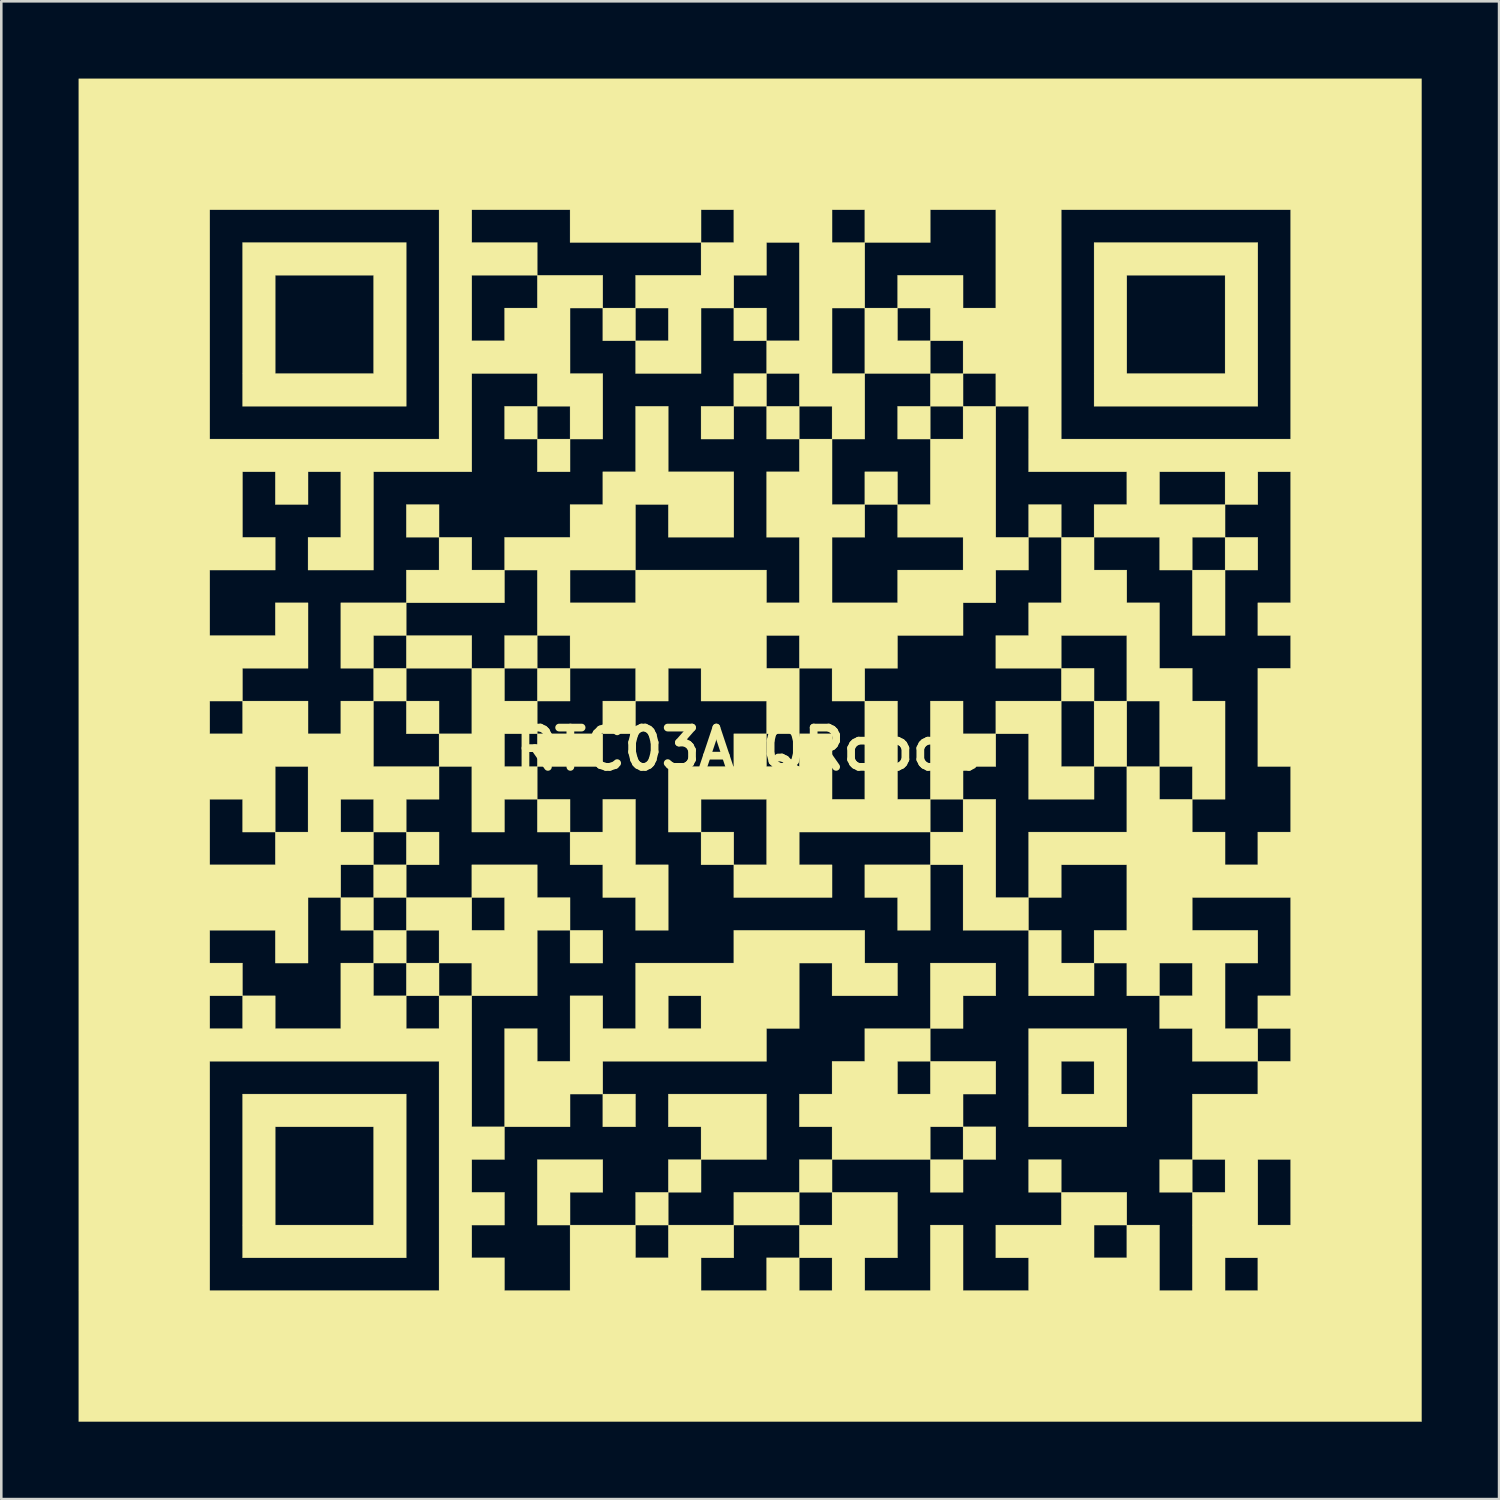
<source format=kicad_pcb>
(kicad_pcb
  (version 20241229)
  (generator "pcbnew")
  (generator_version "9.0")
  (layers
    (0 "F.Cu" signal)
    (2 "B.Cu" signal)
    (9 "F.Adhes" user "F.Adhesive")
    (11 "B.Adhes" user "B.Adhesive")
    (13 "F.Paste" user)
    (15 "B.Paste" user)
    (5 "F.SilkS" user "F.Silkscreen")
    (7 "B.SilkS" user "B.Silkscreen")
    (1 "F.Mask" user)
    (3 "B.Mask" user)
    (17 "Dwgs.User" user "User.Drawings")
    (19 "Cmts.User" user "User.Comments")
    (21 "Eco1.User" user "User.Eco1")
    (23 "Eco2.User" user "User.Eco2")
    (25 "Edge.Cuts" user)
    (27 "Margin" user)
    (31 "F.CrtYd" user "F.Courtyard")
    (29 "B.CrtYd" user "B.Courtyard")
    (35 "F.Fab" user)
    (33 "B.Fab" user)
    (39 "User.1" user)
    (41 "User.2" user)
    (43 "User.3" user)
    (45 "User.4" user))
  (footprint "RTC03A_QRcode"
    (layer "F.Cu")
    (at 25.998 25.998)
    (property "Reference" "RTC03A_QRcode" (at 0 0 0) (layer "F.SilkS") (effects (font (size 1.524 1.524) (thickness 0.3))))
    (attr through_hole)
    (fp_poly (pts (xy -13.293 -8.213) (xy -13.293 -9.483) (xy -12.023 -9.483) (xy -12.023 -8.213) (xy -13.293 -8.213)) (stroke (width 0.01) (type solid)) (fill yes) (layer "F.SilkS"))
    (fp_poly (pts (xy -13.293 3.217) (xy -12.023 3.217) (xy -12.023 4.487) (xy -13.293 4.487) (xy -13.293 3.217)) (stroke (width 0.01) (type solid)) (fill yes) (layer "F.SilkS"))
    (fp_poly (pts (xy -10.753 -3.133) (xy -13.293 -3.133) (xy -13.293 -4.403) (xy -10.753 -4.403) (xy -10.753 -3.133)) (stroke (width 0.01) (type solid)) (fill yes) (layer "F.SilkS"))
    (fp_poly (pts (xy -9.483 -12.023) (xy -9.483 -13.293) (xy -8.213 -13.293) (xy -8.213 -12.023) (xy -9.483 -12.023)) (stroke (width 0.01) (type solid)) (fill yes) (layer "F.SilkS"))
    (fp_poly (pts (xy -9.483 -3.133) (xy -9.483 -4.403) (xy -8.213 -4.403) (xy -8.213 -3.133) (xy -9.483 -3.133)) (stroke (width 0.01) (type solid)) (fill yes) (layer "F.SilkS"))
    (fp_poly (pts (xy -8.213 3.217) (xy -8.213 1.947) (xy -6.943 1.947) (xy -6.943 3.217) (xy -8.213 3.217)) (stroke (width 0.01) (type solid)) (fill yes) (layer "F.SilkS"))
    (fp_poly (pts (xy -6.943 -12.023) (xy -6.943 -10.753) (xy -8.213 -10.753) (xy -8.213 -12.023) (xy -6.943 -12.023)) (stroke (width 0.01) (type solid)) (fill yes) (layer "F.SilkS"))
    (fp_poly (pts (xy -6.943 -3.133) (xy -6.943 -1.863) (xy -8.213 -1.863) (xy -8.213 -3.133) (xy -6.943 -3.133)) (stroke (width 0.01) (type solid)) (fill yes) (layer "F.SilkS"))
    (fp_poly (pts (xy -5.673 8.297) (xy -6.943 8.297) (xy -6.943 7.027) (xy -5.673 7.027) (xy -5.673 8.297)) (stroke (width 0.01) (type solid)) (fill yes) (layer "F.SilkS"))
    (fp_poly (pts (xy -4.403 -15.833) (xy -5.673 -15.833) (xy -5.673 -17.103) (xy -4.403 -17.103) (xy -4.403 -15.833)) (stroke (width 0.01) (type solid)) (fill yes) (layer "F.SilkS"))
    (fp_poly (pts (xy -4.403 14.647) (xy -5.673 14.647) (xy -5.673 13.377) (xy -4.403 13.377) (xy -4.403 14.647)) (stroke (width 0.01) (type solid)) (fill yes) (layer "F.SilkS"))
    (fp_poly (pts (xy -3.133 15.917) (xy -1.863 15.917) (xy -1.863 17.187) (xy -3.133 17.187) (xy -3.133 15.917)) (stroke (width 0.01) (type solid)) (fill yes) (layer "F.SilkS"))
    (fp_poly (pts (xy -3.133 18.457) (xy -4.403 18.457) (xy -4.403 17.187) (xy -3.133 17.187) (xy -3.133 18.457)) (stroke (width 0.01) (type solid)) (fill yes) (layer "F.SilkS"))
    (fp_poly (pts (xy -0.593 -14.563) (xy 0.677 -14.563) (xy 0.677 -13.293) (xy -0.593 -13.293) (xy -0.593 -14.563)) (stroke (width 0.01) (type solid)) (fill yes) (layer "F.SilkS"))
    (fp_poly (pts (xy -0.593 -12.023) (xy -1.863 -12.023) (xy -1.863 -13.293) (xy -0.593 -13.293) (xy -0.593 -12.023)) (stroke (width 0.01) (type solid)) (fill yes) (layer "F.SilkS"))
    (fp_poly (pts (xy 0.677 -15.833) (xy -0.593 -15.833) (xy -0.593 -17.103) (xy 0.677 -17.103) (xy 0.677 -15.833)) (stroke (width 0.01) (type solid)) (fill yes) (layer "F.SilkS"))
    (fp_poly (pts (xy 0.677 -12.023) (xy 0.677 -13.293) (xy 1.947 -13.293) (xy 1.947 -12.023) (xy 0.677 -12.023)) (stroke (width 0.01) (type solid)) (fill yes) (layer "F.SilkS"))
    (fp_poly (pts (xy 1.947 15.917) (xy 3.217 15.917) (xy 3.217 17.187) (xy 1.947 17.187) (xy 1.947 15.917)) (stroke (width 0.01) (type solid)) (fill yes) (layer "F.SilkS"))
    (fp_poly (pts (xy 1.947 18.457) (xy -0.593 18.457) (xy -0.593 17.187) (xy 1.947 17.187) (xy 1.947 18.457)) (stroke (width 0.01) (type solid)) (fill yes) (layer "F.SilkS"))
    (fp_poly (pts (xy 5.757 -12.023) (xy 5.757 -13.293) (xy 7.027 -13.293) (xy 7.027 -12.023) (xy 5.757 -12.023)) (stroke (width 0.01) (type solid)) (fill yes) (layer "F.SilkS"))
    (fp_poly (pts (xy 7.027 -14.563) (xy 8.297 -14.563) (xy 8.297 -13.293) (xy 7.027 -13.293) (xy 7.027 -14.563)) (stroke (width 0.01) (type solid)) (fill yes) (layer "F.SilkS"))
    (fp_poly (pts (xy 8.297 14.647) (xy 9.567 14.647) (xy 9.567 15.917) (xy 8.297 15.917) (xy 8.297 14.647)) (stroke (width 0.01) (type solid)) (fill yes) (layer "F.SilkS"))
    (fp_poly (pts (xy 8.297 17.187) (xy 7.027 17.187) (xy 7.027 15.917) (xy 8.297 15.917) (xy 8.297 17.187)) (stroke (width 0.01) (type solid)) (fill yes) (layer "F.SilkS"))
    (fp_poly (pts (xy 10.837 -9.483) (xy 12.107 -9.483) (xy 12.107 -8.213) (xy 10.837 -8.213) (xy 10.837 -9.483)) (stroke (width 0.01) (type solid)) (fill yes) (layer "F.SilkS"))
    (fp_poly (pts (xy 12.107 17.187) (xy 10.837 17.187) (xy 10.837 15.917) (xy 12.107 15.917) (xy 12.107 17.187)) (stroke (width 0.01) (type solid)) (fill yes) (layer "F.SilkS"))
    (fp_poly (pts (xy 13.377 -1.863) (xy 12.107 -1.863) (xy 12.107 -3.133) (xy 13.377 -3.133) (xy 13.377 -1.863)) (stroke (width 0.01) (type solid)) (fill yes) (layer "F.SilkS"))
    (fp_poly (pts (xy 14.647 0.677) (xy 13.377 0.677) (xy 13.377 -1.863) (xy 14.647 -1.863) (xy 14.647 0.677)) (stroke (width 0.01) (type solid)) (fill yes) (layer "F.SilkS"))
    (fp_poly (pts (xy 17.187 17.187) (xy 15.917 17.187) (xy 15.917 15.917) (xy 17.187 15.917) (xy 17.187 17.187)) (stroke (width 0.01) (type solid)) (fill yes) (layer "F.SilkS"))
    (fp_poly (pts (xy 18.457 -8.213) (xy 19.727 -8.213) (xy 19.727 -6.943) (xy 18.457 -6.943) (xy 18.457 -8.213)) (stroke (width 0.01) (type solid)) (fill yes) (layer "F.SilkS"))
    (fp_poly (pts (xy 18.457 -4.403) (xy 17.187 -4.403) (xy 17.187 -6.943) (xy 18.457 -6.943) (xy 18.457 -4.403)) (stroke (width 0.01) (type solid)) (fill yes) (layer "F.SilkS"))
    (fp_poly (pts (xy -5.673 17.187) (xy -6.943 17.187) (xy -6.943 18.457) (xy -8.213 18.457) (xy -8.213 15.917) (xy -5.673 15.917) (xy -5.673 17.187)) (stroke (width 0.01) (type solid)) (fill yes) (layer "F.SilkS"))
    (fp_poly (pts (xy -1.863 14.647) (xy -3.133 14.647) (xy -3.133 13.377) (xy 0.677 13.377) (xy 0.677 15.917) (xy -1.863 15.917) (xy -1.863 14.647)) (stroke (width 0.01) (type solid)) (fill yes) (layer "F.SilkS"))
    (fp_poly (pts (xy 4.487 -14.563) (xy 4.487 -17.103) (xy 5.757 -17.103) (xy 5.757 -15.833) (xy 7.027 -15.833) (xy 7.027 -14.563) (xy 4.487 -14.563)) (stroke (width 0.01) (type solid)) (fill yes) (layer "F.SilkS"))
    (fp_poly (pts (xy 7.027 7.027) (xy 5.757 7.027) (xy 5.757 5.757) (xy 4.487 5.757) (xy 4.487 4.487) (xy 7.027 4.487) (xy 7.027 7.027)) (stroke (width 0.01) (type solid)) (fill yes) (layer "F.SilkS"))
    (fp_poly (pts (xy 7.027 8.297) (xy 9.567 8.297) (xy 9.567 9.567) (xy 8.297 9.567) (xy 8.297 10.837) (xy 7.027 10.837) (xy 7.027 8.297)) (stroke (width 0.01) (type solid)) (fill yes) (layer "F.SilkS"))
    (fp_poly (pts (xy 12.107 7.027) (xy 12.107 8.297) (xy 13.377 8.297) (xy 13.377 9.567) (xy 10.837 9.567) (xy 10.837 7.027) (xy 12.107 7.027)) (stroke (width 0.01) (type solid)) (fill yes) (layer "F.SilkS"))
    (fp_poly (pts (xy 9.567 0.677) (xy 8.297 0.677) (xy 8.297 1.947) (xy 7.027 1.947) (xy 7.027 -1.863) (xy 8.297 -1.863) (xy 8.297 -0.593) (xy 9.567 -0.593) (xy 9.567 0.677)) (stroke (width 0.01) (type solid)) (fill yes) (layer "F.SilkS"))
    (fp_poly (pts (xy 13.377 1.947) (xy 10.837 1.947) (xy 10.837 -0.593) (xy 9.567 -0.593) (xy 9.567 -1.863) (xy 12.107 -1.863) (xy 12.107 0.677) (xy 13.377 0.677) (xy 13.377 1.947)) (stroke (width 0.01) (type solid)) (fill yes) (layer "F.SilkS"))
    (fp_poly (pts (xy 9.567 1.947) (xy 9.567 5.757) (xy 10.837 5.757) (xy 10.837 7.027) (xy 8.297 7.027) (xy 8.297 4.487) (xy 7.027 4.487) (xy 7.027 3.217) (xy 8.297 3.217) (xy 8.297 1.947) (xy 9.567 1.947)) (stroke (width 0.01) (type solid)) (fill yes) (layer "F.SilkS"))
    (fp_poly (pts (xy -13.293 -13.293) (xy -19.643 -13.293) (xy -19.643 -18.373) (xy -18.373 -18.373) (xy -18.373 -14.563) (xy -14.563 -14.563) (xy -14.563 -18.373) (xy -18.373 -18.373) (xy -19.643 -18.373) (xy -19.643 -19.643) (xy -13.293 -19.643) (xy -13.293 -13.293)) (stroke (width 0.01) (type solid)) (fill yes) (layer "F.SilkS"))
    (fp_poly (pts (xy -13.293 19.727) (xy -19.643 19.727) (xy -19.643 14.647) (xy -18.373 14.647) (xy -18.373 18.457) (xy -14.563 18.457) (xy -14.563 14.647) (xy -18.373 14.647) (xy -19.643 14.647) (xy -19.643 13.377) (xy -13.293 13.377) (xy -13.293 19.727)) (stroke (width 0.01) (type solid)) (fill yes) (layer "F.SilkS"))
    (fp_poly (pts (xy 14.647 14.647) (xy 10.837 14.647) (xy 10.837 12.107) (xy 12.107 12.107) (xy 12.107 13.377) (xy 13.377 13.377) (xy 13.377 12.107) (xy 12.107 12.107) (xy 10.837 12.107) (xy 10.837 10.837) (xy 14.647 10.837) (xy 14.647 14.647)) (stroke (width 0.01) (type solid)) (fill yes) (layer "F.SilkS"))
    (fp_poly (pts (xy 19.727 -13.293) (xy 13.377 -13.293) (xy 13.377 -18.373) (xy 14.647 -18.373) (xy 14.647 -14.563) (xy 18.457 -14.563) (xy 18.457 -18.373) (xy 14.647 -18.373) (xy 13.377 -18.373) (xy 13.377 -19.643) (xy 19.727 -19.643) (xy 19.727 -13.293)) (stroke (width 0.01) (type solid)) (fill yes) (layer "F.SilkS"))
    (fp_poly (pts (xy -5.673 3.217) (xy -5.673 1.947) (xy -4.403 1.947) (xy -4.403 4.487) (xy -3.133 4.487) (xy -3.133 7.027) (xy -4.403 7.027) (xy -4.403 5.757) (xy -5.673 5.757) (xy -5.673 4.487) (xy -6.943 4.487) (xy -6.943 3.217) (xy -5.673 3.217)) (stroke (width 0.01) (type solid)) (fill yes) (layer "F.SilkS"))
    (fp_poly (pts (xy 9.567 12.107) (xy 9.567 13.377) (xy 8.297 13.377) (xy 8.297 14.647) (xy 7.027 14.647) (xy 7.027 15.917) (xy 3.217 15.917) (xy 3.217 14.647) (xy 1.947 14.647) (xy 1.947 13.377) (xy 3.217 13.377) (xy 3.217 12.107) (xy 4.487 12.107) (xy 5.757 12.107) (xy 5.757 13.377) (xy 7.027 13.377) (xy 7.027 12.107) (xy 5.757 12.107) (xy 4.487 12.107) (xy 4.487 10.837) (xy 7.027 10.837) (xy 7.027 12.107) (xy 9.567 12.107)) (stroke (width 0.01) (type solid)) (fill yes) (layer "F.SilkS"))
    (fp_poly (pts (xy 14.647 -4.403) (xy 12.107 -4.403) (xy 12.107 -3.133) (xy 9.567 -3.133) (xy 9.567 -4.403) (xy 10.837 -4.403) (xy 10.837 -5.673) (xy 12.107 -5.673) (xy 12.107 -8.213) (xy 13.377 -8.213) (xy 13.377 -6.943) (xy 14.647 -6.943) (xy 14.647 -5.673) (xy 15.917 -5.673) (xy 15.917 -3.133) (xy 17.187 -3.133) (xy 17.187 -1.863) (xy 18.457 -1.863) (xy 18.457 1.947) (xy 17.187 1.947) (xy 17.187 0.677) (xy 15.917 0.677) (xy 15.917 -1.863) (xy 14.647 -1.863) (xy 14.647 -4.403)) (stroke (width 0.01) (type solid)) (fill yes) (layer "F.SilkS"))
    (fp_poly (pts (xy 1.947 3.217) (xy 1.947 4.487) (xy 3.217 4.487) (xy 3.217 5.757) (xy -0.593 5.757) (xy -0.593 4.487) (xy -1.863 4.487) (xy -1.863 3.217) (xy -3.133 3.217) (xy -3.133 1.947) (xy -1.863 1.947) (xy -1.863 3.217) (xy -0.593 3.217) (xy -0.593 4.487) (xy 0.677 4.487) (xy 0.677 1.947) (xy -1.863 1.947) (xy -3.133 1.947) (xy -3.133 0.677) (xy -0.593 0.677) (xy -0.593 -0.593) (xy 0.677 -0.593) (xy 0.677 0.677) (xy 1.947 0.677) (xy 1.947 -0.593) (xy 3.217 -0.593) (xy 3.217 1.947) (xy 4.487 1.947) (xy 4.487 -1.863) (xy 5.757 -1.863) (xy 5.757 1.947) (xy 7.027 1.947) (xy 7.027 3.217) (xy 1.947 3.217)) (stroke (width 0.01) (type solid)) (fill yes) (layer "F.SilkS"))
    (fp_poly (pts (xy 4.487 8.297) (xy 5.757 8.297) (xy 5.757 9.567) (xy 3.217 9.567) (xy 3.217 8.297) (xy 1.947 8.297) (xy 1.947 10.837) (xy 0.677 10.837) (xy 0.677 12.107) (xy -5.673 12.107) (xy -5.673 13.377) (xy -6.943 13.377) (xy -6.943 14.647) (xy -9.483 14.647) (xy -9.483 10.837) (xy -8.213 10.837) (xy -8.213 12.107) (xy -6.943 12.107) (xy -6.943 9.567) (xy -5.673 9.567) (xy -5.673 10.837) (xy -4.403 10.837) (xy -4.403 9.567) (xy -3.133 9.567) (xy -3.133 10.837) (xy -1.863 10.837) (xy -1.863 9.567) (xy -3.133 9.567) (xy -4.403 9.567) (xy -4.403 8.297) (xy -0.593 8.297) (xy -0.593 7.027) (xy 4.487 7.027) (xy 4.487 8.297)) (stroke (width 0.01) (type solid)) (fill yes) (layer "F.SilkS"))
    (fp_poly (pts (xy -13.293 5.757) (xy -10.753 5.757) (xy -10.753 7.027) (xy -9.483 7.027) (xy -9.483 5.757) (xy -10.753 5.757) (xy -10.753 4.487) (xy -8.213 4.487) (xy -8.213 5.757) (xy -6.943 5.757) (xy -6.943 7.027) (xy -8.213 7.027) (xy -8.213 9.567) (xy -10.753 9.567) (xy -10.753 8.297) (xy -12.023 8.297) (xy -12.023 9.567) (xy -13.293 9.567) (xy -13.293 8.297) (xy -12.023 8.297) (xy -12.023 7.027) (xy -13.293 7.027) (xy -13.293 8.297) (xy -14.563 8.297) (xy -14.563 7.027) (xy -15.833 7.027) (xy -15.833 5.757) (xy -14.563 5.757) (xy -14.563 7.027) (xy -13.293 7.027) (xy -13.293 5.757) (xy -14.563 5.757) (xy -14.563 4.487) (xy -13.293 4.487) (xy -13.293 5.757)) (stroke (width 0.01) (type solid)) (fill yes) (layer "F.SilkS"))
    (fp_poly (pts (xy 10.837 -6.943) (xy 9.567 -6.943) (xy 9.567 -5.673) (xy 8.297 -5.673) (xy 8.297 -4.403) (xy 5.757 -4.403) (xy 5.757 -3.133) (xy 4.487 -3.133) (xy 4.487 -1.863) (xy 3.217 -1.863) (xy 3.217 -3.133) (xy 1.947 -3.133) (xy 1.947 -0.593) (xy 0.677 -0.593) (xy 0.677 -1.863) (xy -1.863 -1.863) (xy -1.863 -3.133) (xy -3.133 -3.133) (xy -3.133 -1.863) (xy -4.403 -1.863) (xy -4.403 -0.593) (xy -5.673 -0.593) (xy -5.673 0.677) (xy -8.213 0.677) (xy -8.213 1.947) (xy -9.483 1.947) (xy -9.483 3.217) (xy -10.753 3.217) (xy -10.753 0.677) (xy -12.023 0.677) (xy -12.023 -0.593) (xy -13.293 -0.593) (xy -13.293 -1.863) (xy -14.563 -1.863) (xy -14.563 -3.133) (xy -15.833 -3.133) (xy -15.833 -4.403) (xy -14.563 -4.403) (xy -14.563 -3.133) (xy -13.293 -3.133) (xy -13.293 -1.863) (xy -12.023 -1.863) (xy -12.023 -0.593) (xy -10.753 -0.593) (xy -9.483 -0.593) (xy -9.483 0.677) (xy -8.213 0.677) (xy -8.213 -0.593) (xy -9.483 -0.593) (xy -10.753 -0.593) (xy -10.753 -3.133) (xy -9.483 -3.133) (xy -9.483 -1.863) (xy -8.213 -1.863) (xy -8.213 -0.593) (xy -5.673 -0.593) (xy -5.673 -1.863) (xy -4.403 -1.863) (xy -4.403 -3.133) (xy -6.943 -3.133) (xy -6.943 -4.403) (xy 0.677 -4.403) (xy 0.677 -3.133) (xy 1.947 -3.133) (xy 1.947 -4.403) (xy 0.677 -4.403) (xy -6.943 -4.403) (xy -8.213 -4.403) (xy -8.213 -6.943) (xy -6.943 -6.943) (xy -6.943 -5.673) (xy -4.403 -5.673) (xy -4.403 -6.943) (xy -6.943 -6.943) (xy -8.213 -6.943) (xy -9.483 -6.943) (xy -9.483 -5.673) (xy -13.293 -5.673) (xy -13.293 -4.403) (xy -14.563 -4.403) (xy -15.833 -4.403) (xy -15.833 -5.673) (xy -13.293 -5.673) (xy -13.293 -6.943) (xy -12.023 -6.943) (xy -12.023 -8.213) (xy -10.753 -8.213) (xy -10.753 -6.943) (xy -9.483 -6.943) (xy -9.483 -8.213) (xy -6.943 -8.213) (xy -6.943 -9.483) (xy -5.673 -9.483) (xy -5.673 -10.753) (xy -4.403 -10.753) (xy -4.403 -13.293) (xy -3.133 -13.293) (xy -3.133 -10.753) (xy -0.593 -10.753) (xy -0.593 -8.213) (xy -3.133 -8.213) (xy -3.133 -9.483) (xy -4.403 -9.483) (xy -4.403 -6.943) (xy 0.677 -6.943) (xy 0.677 -5.673) (xy 1.947 -5.673) (xy 1.947 -8.213) (xy 3.217 -8.213) (xy 3.217 -5.673) (xy 5.757 -5.673) (xy 5.757 -6.943) (xy 8.297 -6.943) (xy 8.297 -8.213) (xy 5.757 -8.213) (xy 5.757 -9.483) (xy 4.487 -9.483) (xy 4.487 -8.213) (xy 3.217 -8.213) (xy 1.947 -8.213) (xy 0.677 -8.213) (xy 0.677 -10.753) (xy 1.947 -10.753) (xy 1.947 -12.023) (xy 3.217 -12.023) (xy 3.217 -9.483) (xy 4.487 -9.483) (xy 4.487 -10.753) (xy 5.757 -10.753) (xy 5.757 -9.483) (xy 7.027 -9.483) (xy 7.027 -12.023) (xy 8.297 -12.023) (xy 8.297 -13.293) (xy 9.567 -13.293) (xy 9.567 -8.213) (xy 10.837 -8.213) (xy 10.837 -6.943)) (stroke (width 0.01) (type solid)) (fill yes) (layer "F.SilkS"))
    (fp_poly (pts (xy 26.077 26.077) (xy -25.993 26.077) (xy -25.993 12.107) (xy -20.913 12.107) (xy -20.913 20.997) (xy -12.023 20.997) (xy -12.023 12.107) (xy -20.913 12.107) (xy -25.993 12.107) (xy -25.993 9.567) (xy -20.913 9.567) (xy -20.913 10.837) (xy -19.643 10.837) (xy -19.643 9.567) (xy -20.913 9.567) (xy -25.993 9.567) (xy -25.993 1.947) (xy -20.913 1.947) (xy -20.913 4.487) (xy -18.373 4.487) (xy -18.373 3.217) (xy -19.643 3.217) (xy -19.643 1.947) (xy -20.913 1.947) (xy -25.993 1.947) (xy -25.993 0.677) (xy -18.373 0.677) (xy -18.373 3.217) (xy -17.103 3.217) (xy -17.103 1.947) (xy -15.833 1.947) (xy -15.833 3.217) (xy -14.563 3.217) (xy -14.563 1.947) (xy -15.833 1.947) (xy -17.103 1.947) (xy -17.103 0.677) (xy -18.373 0.677) (xy -25.993 0.677) (xy -25.993 -1.863) (xy -20.913 -1.863) (xy -20.913 -0.593) (xy -19.643 -0.593) (xy -19.643 -1.863) (xy -20.913 -1.863) (xy -25.993 -1.863) (xy -25.993 -6.943) (xy -20.913 -6.943) (xy -20.913 -4.403) (xy -18.373 -4.403) (xy -18.373 -5.673) (xy -17.103 -5.673) (xy -17.103 -3.133) (xy -19.643 -3.133) (xy -19.643 -1.863) (xy -17.103 -1.863) (xy -17.103 -0.593) (xy -15.833 -0.593) (xy -15.833 -1.863) (xy -14.563 -1.863) (xy -14.563 0.677) (xy -12.023 0.677) (xy -12.023 1.947) (xy -13.293 1.947) (xy -13.293 3.217) (xy -14.563 3.217) (xy -14.563 4.487) (xy -15.833 4.487) (xy -15.833 5.757) (xy -17.103 5.757) (xy -17.103 8.297) (xy -18.373 8.297) (xy -18.373 7.027) (xy -20.913 7.027) (xy -20.913 8.297) (xy -19.643 8.297) (xy -19.643 9.567) (xy -18.373 9.567) (xy -18.373 10.837) (xy -15.833 10.837) (xy -15.833 8.297) (xy -14.563 8.297) (xy -14.563 9.567) (xy -13.293 9.567) (xy -13.293 10.837) (xy -12.023 10.837) (xy -12.023 9.567) (xy -10.753 9.567) (xy -10.753 14.647) (xy -9.483 14.647) (xy -9.483 15.917) (xy -10.753 15.917) (xy -10.753 17.187) (xy -9.483 17.187) (xy -9.483 18.457) (xy -10.753 18.457) (xy -10.753 19.727) (xy -9.483 19.727) (xy -9.483 20.997) (xy -6.943 20.997) (xy -6.943 18.457) (xy -4.403 18.457) (xy -4.403 19.727) (xy -3.133 19.727) (xy -3.133 18.457) (xy -0.593 18.457) (xy -0.593 19.727) (xy -1.863 19.727) (xy -1.863 20.997) (xy 0.677 20.997) (xy 0.677 19.727) (xy 1.947 19.727) (xy 1.947 20.997) (xy 3.217 20.997) (xy 3.217 19.727) (xy 1.947 19.727) (xy 1.947 18.457) (xy 3.217 18.457) (xy 3.217 17.187) (xy 5.757 17.187) (xy 5.757 19.727) (xy 4.487 19.727) (xy 4.487 20.997) (xy 7.027 20.997) (xy 7.027 18.457) (xy 8.297 18.457) (xy 8.297 20.997) (xy 10.837 20.997) (xy 10.837 19.727) (xy 9.567 19.727) (xy 9.567 18.457) (xy 12.107 18.457) (xy 13.377 18.457) (xy 13.377 19.727) (xy 14.647 19.727) (xy 14.647 18.457) (xy 13.377 18.457) (xy 12.107 18.457) (xy 12.107 17.187) (xy 14.647 17.187) (xy 14.647 18.457) (xy 15.917 18.457) (xy 15.917 20.997) (xy 17.187 20.997) (xy 17.187 19.727) (xy 18.457 19.727) (xy 18.457 20.997) (xy 19.727 20.997) (xy 19.727 19.727) (xy 18.457 19.727) (xy 17.187 19.727) (xy 17.187 17.187) (xy 18.457 17.187) (xy 18.457 15.917) (xy 19.727 15.917) (xy 19.727 18.457) (xy 20.997 18.457) (xy 20.997 15.917) (xy 19.727 15.917) (xy 18.457 15.917) (xy 17.187 15.917) (xy 17.187 13.377) (xy 19.727 13.377) (xy 19.727 12.107) (xy 20.997 12.107) (xy 20.997 10.837) (xy 19.727 10.837) (xy 19.727 12.107) (xy 17.187 12.107) (xy 17.187 10.837) (xy 15.917 10.837) (xy 15.917 9.567) (xy 14.647 9.567) (xy 14.647 8.297) (xy 15.917 8.297) (xy 15.917 9.567) (xy 17.187 9.567) (xy 17.187 8.297) (xy 15.917 8.297) (xy 14.647 8.297) (xy 13.377 8.297) (xy 13.377 7.027) (xy 14.647 7.027) (xy 14.647 5.757) (xy 17.187 5.757) (xy 17.187 7.027) (xy 19.727 7.027) (xy 19.727 8.297) (xy 18.457 8.297) (xy 18.457 10.837) (xy 19.727 10.837) (xy 19.727 9.567) (xy 20.997 9.567) (xy 20.997 5.757) (xy 17.187 5.757) (xy 14.647 5.757) (xy 14.647 4.487) (xy 12.107 4.487) (xy 12.107 5.757) (xy 10.837 5.757) (xy 10.837 3.217) (xy 14.647 3.217) (xy 14.647 0.677) (xy 15.917 0.677) (xy 15.917 1.947) (xy 17.187 1.947) (xy 17.187 3.217) (xy 18.457 3.217) (xy 18.457 4.487) (xy 19.727 4.487) (xy 19.727 3.217) (xy 20.997 3.217) (xy 20.997 0.677) (xy 19.727 0.677) (xy 19.727 -3.133) (xy 20.997 -3.133) (xy 20.997 -4.403) (xy 19.727 -4.403) (xy 19.727 -5.673) (xy 20.997 -5.673) (xy 20.997 -10.753) (xy 19.727 -10.753) (xy 19.727 -9.483) (xy 18.457 -9.483) (xy 18.457 -8.213) (xy 17.187 -8.213) (xy 17.187 -6.943) (xy 15.917 -6.943) (xy 15.917 -8.213) (xy 13.377 -8.213) (xy 13.377 -9.483) (xy 14.647 -9.483) (xy 14.647 -10.753) (xy 15.917 -10.753) (xy 15.917 -9.483) (xy 18.457 -9.483) (xy 18.457 -10.753) (xy 15.917 -10.753) (xy 14.647 -10.753) (xy 10.837 -10.753) (xy 10.837 -13.293) (xy 9.567 -13.293) (xy 9.567 -14.563) (xy 8.297 -14.563) (xy 8.297 -15.833) (xy 7.027 -15.833) (xy 7.027 -17.103) (xy 5.757 -17.103) (xy 5.757 -18.373) (xy 8.297 -18.373) (xy 8.297 -17.103) (xy 9.567 -17.103) (xy 9.567 -20.913) (xy 12.107 -20.913) (xy 12.107 -12.023) (xy 20.997 -12.023) (xy 20.997 -20.913) (xy 12.107 -20.913) (xy 9.567 -20.913) (xy 7.027 -20.913) (xy 7.027 -19.643) (xy 4.487 -19.643) (xy 4.487 -17.103) (xy 3.217 -17.103) (xy 3.217 -14.563) (xy 4.487 -14.563) (xy 4.487 -12.023) (xy 3.217 -12.023) (xy 3.217 -13.293) (xy 1.947 -13.293) (xy 1.947 -14.563) (xy 0.677 -14.563) (xy 0.677 -15.833) (xy 1.947 -15.833) (xy 1.947 -19.643) (xy 0.677 -19.643) (xy 0.677 -18.373) (xy -0.593 -18.373) (xy -0.593 -17.103) (xy -1.863 -17.103) (xy -1.863 -14.563) (xy -4.403 -14.563) (xy -4.403 -15.833) (xy -3.133 -15.833) (xy -3.133 -17.103) (xy -4.403 -17.103) (xy -4.403 -18.373) (xy -1.863 -18.373) (xy -1.863 -19.643) (xy -6.943 -19.643) (xy -6.943 -20.913) (xy -1.863 -20.913) (xy -1.863 -19.643) (xy -0.593 -19.643) (xy -0.593 -20.913) (xy 3.217 -20.913) (xy 3.217 -19.643) (xy 4.487 -19.643) (xy 4.487 -20.913) (xy 3.217 -20.913) (xy -0.593 -20.913) (xy -1.863 -20.913) (xy -6.943 -20.913) (xy -10.753 -20.913) (xy -10.753 -19.643) (xy -8.213 -19.643) (xy -8.213 -18.373) (xy -5.673 -18.373) (xy -5.673 -17.103) (xy -6.943 -17.103) (xy -6.943 -14.563) (xy -5.673 -14.563) (xy -5.673 -12.023) (xy -6.943 -12.023) (xy -6.943 -13.293) (xy -8.213 -13.293) (xy -8.213 -14.563) (xy -10.753 -14.563) (xy -10.753 -10.753) (xy -14.563 -10.753) (xy -14.563 -6.943) (xy -17.103 -6.943) (xy -17.103 -8.213) (xy -15.833 -8.213) (xy -15.833 -10.753) (xy -17.103 -10.753) (xy -17.103 -9.483) (xy -18.373 -9.483) (xy -18.373 -10.753) (xy -19.643 -10.753) (xy -19.643 -8.213) (xy -18.373 -8.213) (xy -18.373 -6.943) (xy -20.913 -6.943) (xy -25.993 -6.943) (xy -25.993 -20.913) (xy -20.913 -20.913) (xy -20.913 -12.023) (xy -12.023 -12.023) (xy -12.023 -18.373) (xy -10.753 -18.373) (xy -10.753 -15.833) (xy -9.483 -15.833) (xy -9.483 -17.103) (xy -8.213 -17.103) (xy -8.213 -18.373) (xy -10.753 -18.373) (xy -12.023 -18.373) (xy -12.023 -20.913) (xy -20.913 -20.913) (xy -25.993 -20.913) (xy -25.993 -25.993) (xy 26.077 -25.993) (xy 26.077 26.077)) (stroke (width 0.01) (type solid)) (fill yes) (layer "F.SilkS")))
  (gr_rect
    (start -3 -3)
    (end 55.08 55.08)
    (stroke (width 0.1) (type default))
    (fill no)
    (layer "Edge.Cuts")))
</source>
